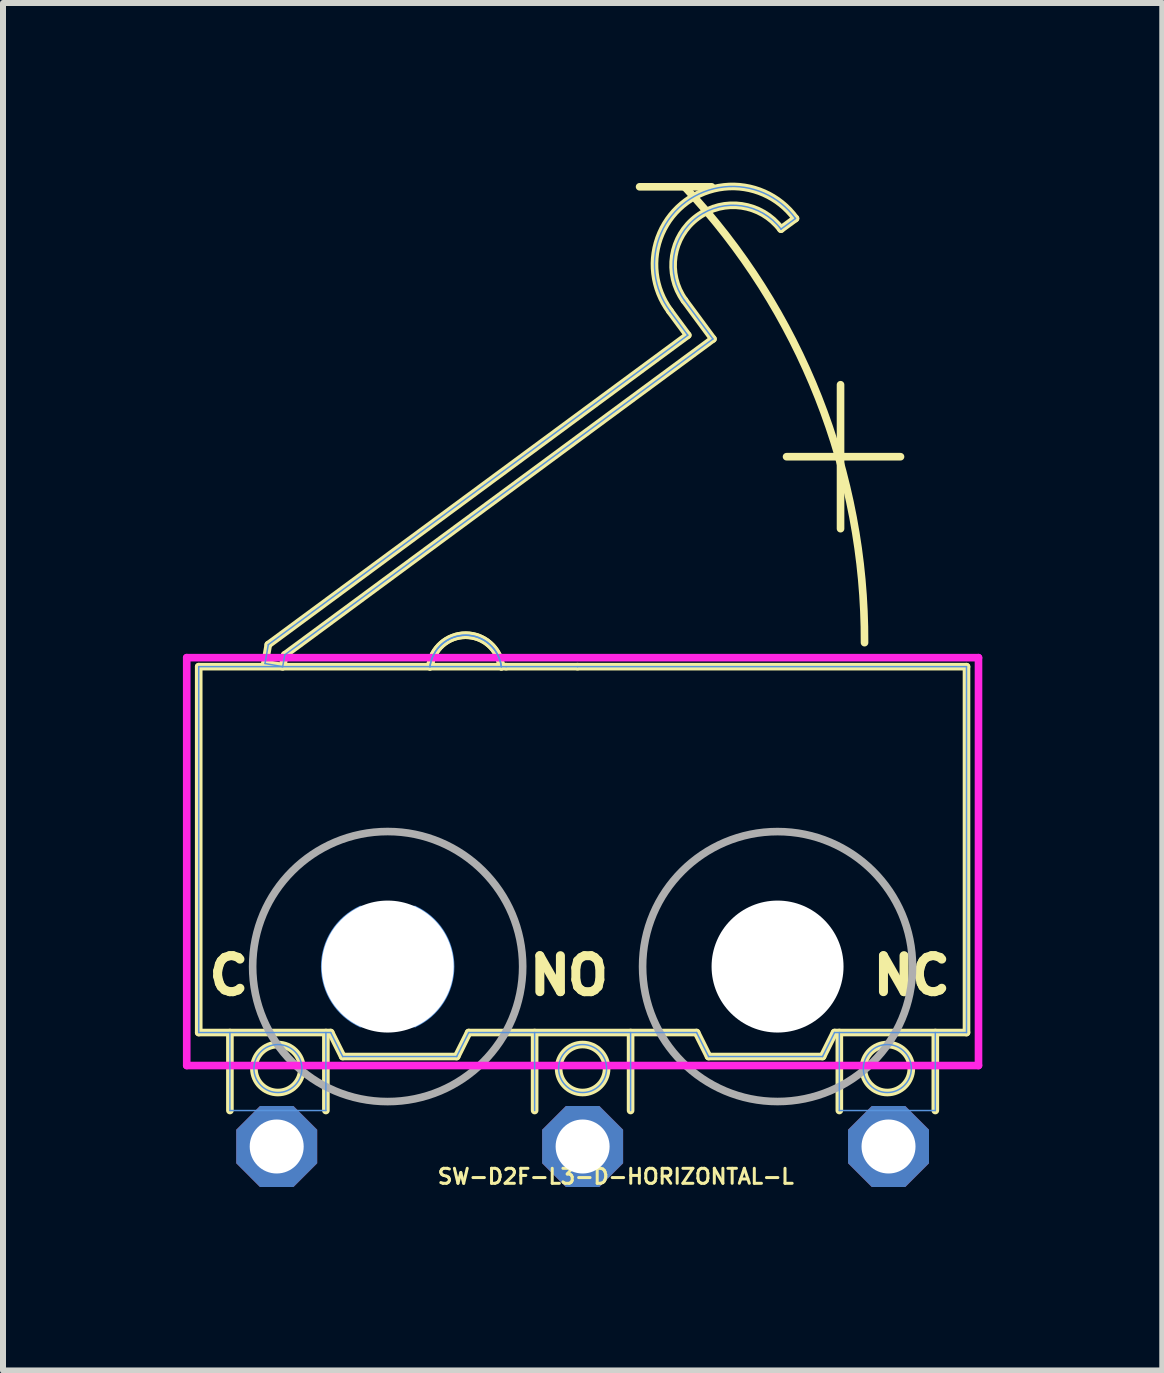
<source format=kicad_pcb>
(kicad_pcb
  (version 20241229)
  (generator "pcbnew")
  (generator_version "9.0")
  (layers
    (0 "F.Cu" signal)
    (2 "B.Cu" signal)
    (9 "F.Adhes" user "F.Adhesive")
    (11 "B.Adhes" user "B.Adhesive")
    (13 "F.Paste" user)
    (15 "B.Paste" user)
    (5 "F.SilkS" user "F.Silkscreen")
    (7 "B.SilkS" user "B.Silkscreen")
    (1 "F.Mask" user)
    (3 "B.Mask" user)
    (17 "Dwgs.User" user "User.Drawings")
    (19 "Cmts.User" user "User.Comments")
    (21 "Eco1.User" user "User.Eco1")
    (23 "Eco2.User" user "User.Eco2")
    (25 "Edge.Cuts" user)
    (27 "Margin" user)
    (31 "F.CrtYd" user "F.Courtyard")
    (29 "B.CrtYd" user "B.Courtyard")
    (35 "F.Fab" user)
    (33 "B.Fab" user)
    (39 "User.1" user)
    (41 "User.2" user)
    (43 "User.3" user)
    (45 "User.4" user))
  (footprint "SW-D2F-L3-D-HORIZONTAL-L"
    (layer "F.Cu")
    (at 6.663 13.064)
    (property "Reference" "SW-D2F-L3-D-HORIZONTAL-L" (at 3.55 3.5 180) (layer "F.SilkS") (effects (font (size 0.25 0.25) (thickness 0.05)) (justify right)))
    (fp_line (start -6.4 -5) (end -6.4 1.1) (stroke (width 0.127) (type solid)) (layer "F.SilkS"))
    (fp_line (start -5.88 1.1) (end -5.88 2.4) (stroke (width 0.127) (type solid)) (layer "F.SilkS"))
    (fp_line (start -5.295 -5.052) (end -5 -5) (stroke (width 0.127) (type solid)) (layer "F.SilkS"))
    (fp_line (start -5.24 -5.367) (end -5.295 -5.052) (stroke (width 0.127) (type solid)) (layer "F.SilkS"))
    (fp_line (start -5 -5) (end -4.965 -5.197) (stroke (width 0.127) (type solid)) (layer "F.SilkS"))
    (fp_line (start -4.965 -5.197) (end 2.173 -10.463) (stroke (width 0.127) (type solid)) (layer "F.SilkS"))
    (fp_line (start -4.28 2.4) (end -4.28 1.1) (stroke (width 0.127) (type solid)) (layer "F.SilkS"))
    (fp_line (start -4.2 1.1) (end -6.4 1.1) (stroke (width 0.127) (type solid)) (layer "F.SilkS"))
    (fp_line (start -4 1.5) (end -4.2 1.1) (stroke (width 0.127) (type solid)) (layer "F.SilkS"))
    (fp_line (start -4 1.5) (end -2.1 1.5) (stroke (width 0.127) (type solid)) (layer "F.SilkS"))
    (fp_line (start -2.545 -5) (end -6.4 -5) (stroke (width 0.127) (type solid)) (layer "F.SilkS"))
    (fp_line (start -1.9 1.1) (end -2.1 1.5) (stroke (width 0.127) (type solid)) (layer "F.SilkS"))
    (fp_line (start -1.355 -5) (end -2.545 -5) (stroke (width 0.127) (type solid)) (layer "F.SilkS"))
    (fp_line (start -1.275 -5) (end -1.355 -5) (stroke (width 0.127) (type solid)) (layer "F.SilkS"))
    (fp_line (start -0.8 1.1) (end -0.8 2.4) (stroke (width 0.127) (type solid)) (layer "F.SilkS"))
    (fp_line (start -0.085 -5) (end -1.275 -5) (stroke (width 0.127) (type solid)) (layer "F.SilkS"))
    (fp_line (start 0.8 2.4) (end 0.8 1.1) (stroke (width 0.127) (type solid)) (layer "F.SilkS"))
    (fp_line (start 1.456 -10.928) (end 1.753 -10.526) (stroke (width 0.127) (type solid)) (layer "F.SilkS"))
    (fp_line (start 1.7 -13) (end 0.95 -13) (stroke (width 0.127) (type solid)) (layer "F.SilkS"))
    (fp_line (start 1.753 -10.526) (end -5.24 -5.367) (stroke (width 0.127) (type solid)) (layer "F.SilkS"))
    (fp_line (start 1.9 1.1) (end -1.9 1.1) (stroke (width 0.127) (type solid)) (layer "F.SilkS"))
    (fp_line (start 2.1 1.5) (end 1.9 1.1) (stroke (width 0.127) (type solid)) (layer "F.SilkS"))
    (fp_line (start 2.1 1.5) (end 4 1.5) (stroke (width 0.127) (type solid)) (layer "F.SilkS"))
    (fp_line (start 2.15 -13) (end 1.7 -13) (stroke (width 0.127) (type solid)) (layer "F.SilkS"))
    (fp_line (start 2.173 -10.463) (end 1.698 -11.106) (stroke (width 0.127) (type solid)) (layer "F.SilkS"))
    (fp_line (start 3.307 -12.294) (end 3.549 -12.472) (stroke (width 0.127) (type solid)) (layer "F.SilkS"))
    (fp_line (start 3.4 -8.5) (end 4.3 -8.5) (stroke (width 0.127) (type solid)) (layer "F.SilkS"))
    (fp_line (start 4.2 1.1) (end 4 1.5) (stroke (width 0.127) (type solid)) (layer "F.SilkS"))
    (fp_line (start 4.28 1.1) (end 4.28 2.4) (stroke (width 0.127) (type solid)) (layer "F.SilkS"))
    (fp_line (start 4.3 -8.5) (end 4.3 -9.7) (stroke (width 0.127) (type solid)) (layer "F.SilkS"))
    (fp_line (start 4.3 -8.5) (end 5.3 -8.5) (stroke (width 0.127) (type solid)) (layer "F.SilkS"))
    (fp_line (start 4.3 -7.3) (end 4.3 -8.5) (stroke (width 0.127) (type solid)) (layer "F.SilkS"))
    (fp_line (start 5.88 2.4) (end 5.88 1.1) (stroke (width 0.127) (type solid)) (layer "F.SilkS"))
    (fp_line (start 6.4 -5) (end -0.085 -5) (stroke (width 0.127) (type solid)) (layer "F.SilkS"))
    (fp_line (start 6.4 1.1) (end 4.2 1.1) (stroke (width 0.127) (type solid)) (layer "F.SilkS"))
    (fp_line (start 6.4 1.1) (end 6.4 -5) (stroke (width 0.127) (type solid)) (layer "F.SilkS"))
    (fp_arc (start -2.545158 -5) (mid -1.949999 -5.523973) (end -1.35484 -5) (stroke (width 0.127) (type solid)) (layer "F.SilkS"))
    (fp_arc (start -2.545158 -5) (mid -1.949999 -5.523973) (end -1.35484 -5) (stroke (width 0.127) (type solid)) (layer "F.SilkS"))
    (fp_arc (start 1.45634 -10.928267) (mid 1.730758 -12.746149) (end 3.54864 -12.471731) (stroke (width 0.127) (type solid)) (layer "F.SilkS"))
    (fp_arc (start 1.697761 -11.106356) (mid 1.908849 -12.504725) (end 3.307218 -12.29364) (stroke (width 0.127) (type solid)) (layer "F.SilkS"))
    (fp_arc (start 1.7 -12.999999) (mid 3.930581 -9.488387) (end 4.7 -5.4) (stroke (width 0.127) (type solid)) (layer "F.SilkS"))
    (fp_circle (center -5.08 1.7) (end -5.48 1.7) (stroke (width 0.127) (type solid)) (fill no) (layer "F.SilkS"))
    (fp_circle (center 0 1.7) (end -0.4 1.7) (stroke (width 0.127) (type solid)) (fill no) (layer "F.SilkS"))
    (fp_circle (center 5.08 1.7) (end 4.68 1.7) (stroke (width 0.127) (type solid)) (fill no) (layer "F.SilkS"))
    (fp_line (start -6.4 -5) (end -6.4 1.1) (stroke (width 0.025) (type solid)) (layer "Cmts.User"))
    (fp_line (start -5.88 1.1) (end -5.88 2.4) (stroke (width 0.025) (type solid)) (layer "Cmts.User"))
    (fp_line (start -5.88 2.4) (end -4.28 2.4) (stroke (width 0.025) (type solid)) (layer "Cmts.User"))
    (fp_line (start -5.295 -5.052) (end -5 -5) (stroke (width 0.025) (type solid)) (layer "Cmts.User"))
    (fp_line (start -5.24 -5.367) (end -5.295 -5.052) (stroke (width 0.025) (type solid)) (layer "Cmts.User"))
    (fp_line (start -5 -5) (end -4.965 -5.197) (stroke (width 0.025) (type solid)) (layer "Cmts.User"))
    (fp_line (start -4.965 -5.197) (end 2.173 -10.463) (stroke (width 0.025) (type solid)) (layer "Cmts.User"))
    (fp_line (start -4.28 2.4) (end -4.28 1.1) (stroke (width 0.025) (type solid)) (layer "Cmts.User"))
    (fp_line (start -4.2 1.1) (end -6.4 1.1) (stroke (width 0.025) (type solid)) (layer "Cmts.User"))
    (fp_line (start -4 1.5) (end -4.2 1.1) (stroke (width 0.025) (type solid)) (layer "Cmts.User"))
    (fp_line (start -4 1.5) (end -2.1 1.5) (stroke (width 0.025) (type solid)) (layer "Cmts.User"))
    (fp_line (start -3.708 -1) (end -2.792 -1) (stroke (width 0.025) (type solid)) (layer "Cmts.User"))
    (fp_line (start -2.792 1) (end -3.708 1) (stroke (width 0.025) (type solid)) (layer "Cmts.User"))
    (fp_line (start -2.545 -5) (end -6.4 -5) (stroke (width 0.025) (type solid)) (layer "Cmts.User"))
    (fp_line (start -1.9 1.1) (end -2.1 1.5) (stroke (width 0.025) (type solid)) (layer "Cmts.User"))
    (fp_line (start -1.355 -5) (end -2.545 -5) (stroke (width 0.025) (type solid)) (layer "Cmts.User"))
    (fp_line (start -1.275 -5) (end -1.355 -5) (stroke (width 0.025) (type solid)) (layer "Cmts.User"))
    (fp_line (start -0.8 1.1) (end -0.8 2.4) (stroke (width 0.025) (type solid)) (layer "Cmts.User"))
    (fp_line (start -0.085 -5) (end -1.275 -5) (stroke (width 0.025) (type solid)) (layer "Cmts.User"))
    (fp_line (start 0.8 2.4) (end 0.8 1.1) (stroke (width 0.025) (type solid)) (layer "Cmts.User"))
    (fp_line (start 1.456 -10.928) (end 1.753 -10.526) (stroke (width 0.025) (type solid)) (layer "Cmts.User"))
    (fp_line (start 1.753 -10.526) (end -5.24 -5.367) (stroke (width 0.025) (type solid)) (layer "Cmts.User"))
    (fp_line (start 1.9 1.1) (end -1.9 1.1) (stroke (width 0.025) (type solid)) (layer "Cmts.User"))
    (fp_line (start 2.1 1.5) (end 1.9 1.1) (stroke (width 0.025) (type solid)) (layer "Cmts.User"))
    (fp_line (start 2.1 1.5) (end 4 1.5) (stroke (width 0.025) (type solid)) (layer "Cmts.User"))
    (fp_line (start 2.173 -10.463) (end 1.698 -11.106) (stroke (width 0.025) (type solid)) (layer "Cmts.User"))
    (fp_line (start 3.307 -12.294) (end 3.549 -12.472) (stroke (width 0.025) (type solid)) (layer "Cmts.User"))
    (fp_line (start 4.2 1.1) (end 4 1.5) (stroke (width 0.025) (type solid)) (layer "Cmts.User"))
    (fp_line (start 4.28 1.1) (end 4.28 2.4) (stroke (width 0.025) (type solid)) (layer "Cmts.User"))
    (fp_line (start 4.28 2.4) (end 5.88 2.4) (stroke (width 0.025) (type solid)) (layer "Cmts.User"))
    (fp_line (start 5.88 2.4) (end 5.88 1.1) (stroke (width 0.025) (type solid)) (layer "Cmts.User"))
    (fp_line (start 6.4 -5) (end -0.085 -5) (stroke (width 0.025) (type solid)) (layer "Cmts.User"))
    (fp_line (start 6.4 1.1) (end 4.2 1.1) (stroke (width 0.025) (type solid)) (layer "Cmts.User"))
    (fp_line (start 6.4 1.1) (end 6.4 -5) (stroke (width 0.025) (type solid)) (layer "Cmts.User"))
    (fp_arc (start -3.708258 1) (mid -4.35 0) (end -3.708259 -1) (stroke (width 0.025) (type solid)) (layer "Cmts.User"))
    (fp_arc (start -2.791739 -1) (mid -2.149999 0) (end -2.79174 1) (stroke (width 0.025) (type solid)) (layer "Cmts.User"))
    (fp_arc (start -2.545158 -5) (mid -1.949999 -5.523973) (end -1.35484 -5) (stroke (width 0.025) (type solid)) (layer "Cmts.User"))
    (fp_arc (start -2.545158 -5) (mid -1.949999 -5.523973) (end -1.35484 -5) (stroke (width 0.025) (type solid)) (layer "Cmts.User"))
    (fp_arc (start 1.45634 -10.928267) (mid 1.730758 -12.746149) (end 3.54864 -12.471731) (stroke (width 0.025) (type solid)) (layer "Cmts.User"))
    (fp_arc (start 1.697761 -11.106356) (mid 1.908849 -12.504725) (end 3.307218 -12.29364) (stroke (width 0.025) (type solid)) (layer "Cmts.User"))
    (fp_circle (center -5.08 1.7) (end -5.48 1.7) (stroke (width 0.025) (type solid)) (fill no) (layer "Cmts.User"))
    (fp_circle (center 0 1.7) (end -0.4 1.7) (stroke (width 0.025) (type solid)) (fill no) (layer "Cmts.User"))
    (fp_circle (center 3.25 0) (end 2.25 0) (stroke (width 0.025) (type solid)) (fill no) (layer "Cmts.User"))
    (fp_circle (center 5.08 1.7) (end 4.68 1.7) (stroke (width 0.025) (type solid)) (fill no) (layer "Cmts.User"))
    (fp_line (start -6.6 -5.15) (end -6.6 1.65) (stroke (width 0.127) (type solid)) (layer "F.CrtYd"))
    (fp_line (start -6.6 1.65) (end 6.6 1.65) (stroke (width 0.127) (type solid)) (layer "F.CrtYd"))
    (fp_line (start 6.6 -5.15) (end -6.6 -5.15) (stroke (width 0.127) (type solid)) (layer "F.CrtYd"))
    (fp_line (start 6.6 1.65) (end 6.6 -5.15) (stroke (width 0.127) (type solid)) (layer "F.CrtYd"))
    (fp_circle (center -3.25 0) (end -5.501 0) (stroke (width 0.127) (type solid)) (fill no) (layer "F.Fab"))
    (fp_circle (center 3.25 0) (end 1 0) (stroke (width 0.127) (type solid)) (fill no) (layer "F.Fab"))
    (fp_text user "C" (at -5.5 0.5 180) (layer "F.SilkS") (effects (font (size 0.6 0.6) (thickness 0.15)) (justify right bottom)))
    (fp_text user "NC" (at 6.2 0.5 180) (layer "F.SilkS") (effects (font (size 0.6 0.6) (thickness 0.15)) (justify right bottom)))
    (fp_text user "NO" (at 0.5 0.5 180) (layer "F.SilkS") (effects (font (size 0.6 0.6) (thickness 0.15)) (justify right bottom)))
    (pad "" np_thru_hole circle (at -3.25 0) (size 2.2 2.2) (drill 2.2) (layers "*.Cu" "*.Mask"))
    (pad "" np_thru_hole circle (at 3.25 0) (size 2.2 2.2) (drill 2.2) (layers "*.Cu" "*.Mask"))
    (pad "C" thru_hole roundrect (at -5.1 3 45) (size 1.35 1.35) (drill 0.9) (layers "*.Cu" "*.Mask") (roundrect_rratio 0.25) (chamfer_ratio 0.293) (chamfer top_left top_right bottom_left bottom_right))
    (pad "NC" thru_hole roundrect (at 5.1 3 135) (size 1.35 1.35) (drill 0.9) (layers "*.Cu" "*.Mask") (roundrect_rratio 0.25) (chamfer_ratio 0.293) (chamfer top_left top_right bottom_left bottom_right))
    (pad "NO" thru_hole roundrect (at 0 3 90) (size 1.35 1.35) (drill 0.9) (layers "*.Cu" "*.Mask") (roundrect_rratio 0.25) (chamfer_ratio 0.293) (chamfer top_left top_right bottom_left bottom_right)))
  (gr_rect
    (start -3 -3)
    (end 16.327 19.798)
    (stroke (width 0.1) (type default))
    (fill no)
    (layer "Edge.Cuts")))
</source>
